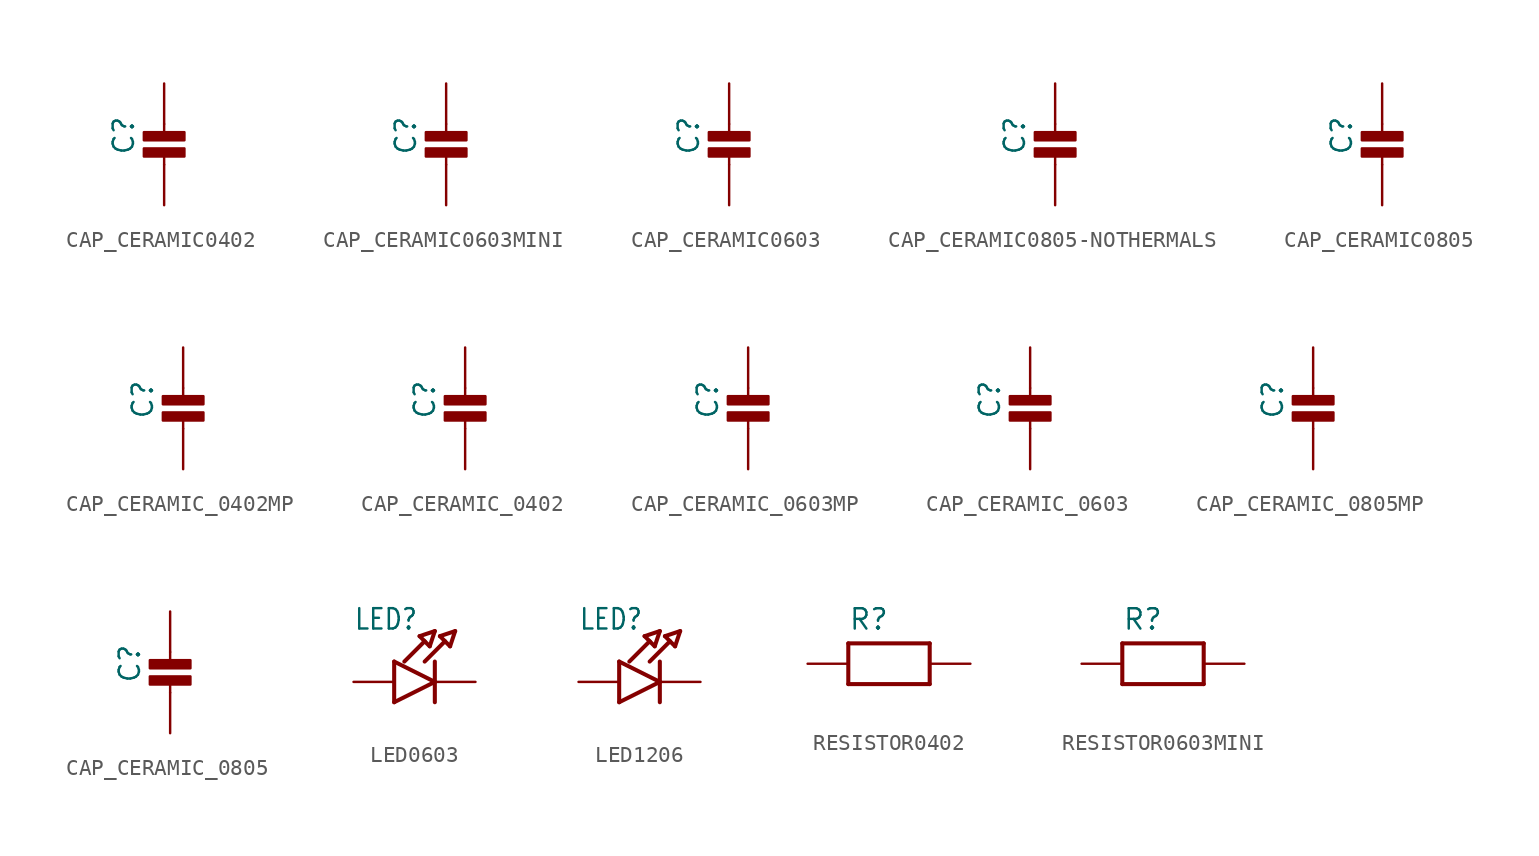
<source format=kicad_sym>
(kicad_symbol_lib
  (version 20220914)
  (generator kicad_symbol_editor)
  (symbol "CAP_CERAMIC0402"
    (property "Reference" "C"
      (at -1.79 0.54 90)
      (effects (font (size 1.27 1.27)) (justify left bottom)))
    (property "Value" ""
      (at 3 0.54 90)
      (effects (font (size 1.27 1.27)) (justify left bottom)))
    (property "ki_locked" ""
      (at 0 0 0)
      (effects (font (size 1.27 1.27))))
    (symbol "CAP_CERAMIC0402_1_0"
      (rectangle (start -1.27 0.508) (end 1.27 1.016) (stroke (width 0) (type default)) (fill (type outline)))
      (rectangle (start -1.27 1.524) (end 1.27 2.032) (stroke (width 0) (type default)) (fill (type outline)))
      (polyline (pts (xy 0 0.762) (xy 0 0)) (stroke (width 0.152) (type solid)) (fill (type none)))
      (polyline (pts (xy 0 2.54) (xy 0 1.778)) (stroke (width 0.152) (type solid)) (fill (type none)))
      (pin passive line (at 0 5.08 270) (length 2.54) (name "P$1" (effects (font (size 0 0)))) (number "1" (effects (font (size 0 0)))))
      (pin passive line (at 0 -2.54 90) (length 2.54) (name "P$2" (effects (font (size 0 0)))) (number "2" (effects (font (size 0 0)))))))
  (symbol "CAP_CERAMIC0603MINI"
    (property "Reference" "C"
      (at -1.79 0.54 90)
      (effects (font (size 1.27 1.27)) (justify left bottom)))
    (property "Value" ""
      (at 3 0.54 90)
      (effects (font (size 1.27 1.27)) (justify left bottom)))
    (property "ki_locked" ""
      (at 0 0 0)
      (effects (font (size 1.27 1.27))))
    (symbol "CAP_CERAMIC0603MINI_1_0"
      (rectangle (start -1.27 0.508) (end 1.27 1.016) (stroke (width 0) (type default)) (fill (type outline)))
      (rectangle (start -1.27 1.524) (end 1.27 2.032) (stroke (width 0) (type default)) (fill (type outline)))
      (polyline (pts (xy 0 0.762) (xy 0 0)) (stroke (width 0.152) (type solid)) (fill (type none)))
      (polyline (pts (xy 0 2.54) (xy 0 1.778)) (stroke (width 0.152) (type solid)) (fill (type none)))
      (pin passive line (at 0 5.08 270) (length 2.54) (name "P$1" (effects (font (size 0 0)))) (number "1" (effects (font (size 0 0)))))
      (pin passive line (at 0 -2.54 90) (length 2.54) (name "P$2" (effects (font (size 0 0)))) (number "2" (effects (font (size 0 0)))))))
  (symbol "CAP_CERAMIC0603"
    (property "Reference" "C"
      (at -1.79 0.54 90)
      (effects (font (size 1.27 1.27)) (justify left bottom)))
    (property "Value" ""
      (at 3 0.54 90)
      (effects (font (size 1.27 1.27)) (justify left bottom)))
    (property "ki_locked" ""
      (at 0 0 0)
      (effects (font (size 1.27 1.27))))
    (symbol "CAP_CERAMIC0603_1_0"
      (rectangle (start -1.27 0.508) (end 1.27 1.016) (stroke (width 0) (type default)) (fill (type outline)))
      (rectangle (start -1.27 1.524) (end 1.27 2.032) (stroke (width 0) (type default)) (fill (type outline)))
      (polyline (pts (xy 0 0.762) (xy 0 0)) (stroke (width 0.152) (type solid)) (fill (type none)))
      (polyline (pts (xy 0 2.54) (xy 0 1.778)) (stroke (width 0.152) (type solid)) (fill (type none)))
      (pin passive line (at 0 5.08 270) (length 2.54) (name "P$1" (effects (font (size 0 0)))) (number "1" (effects (font (size 0 0)))))
      (pin passive line (at 0 -2.54 90) (length 2.54) (name "P$2" (effects (font (size 0 0)))) (number "2" (effects (font (size 0 0)))))))
  (symbol "CAP_CERAMIC0805-NOTHERMALS"
    (property "Reference" "C"
      (at -1.79 0.54 90)
      (effects (font (size 1.27 1.27)) (justify left bottom)))
    (property "Value" ""
      (at 3 0.54 90)
      (effects (font (size 1.27 1.27)) (justify left bottom)))
    (property "ki_locked" ""
      (at 0 0 0)
      (effects (font (size 1.27 1.27))))
    (symbol "CAP_CERAMIC0805-NOTHERMALS_1_0"
      (rectangle (start -1.27 0.508) (end 1.27 1.016) (stroke (width 0) (type default)) (fill (type outline)))
      (rectangle (start -1.27 1.524) (end 1.27 2.032) (stroke (width 0) (type default)) (fill (type outline)))
      (polyline (pts (xy 0 0.762) (xy 0 0)) (stroke (width 0.152) (type solid)) (fill (type none)))
      (polyline (pts (xy 0 2.54) (xy 0 1.778)) (stroke (width 0.152) (type solid)) (fill (type none)))
      (pin passive line (at 0 5.08 270) (length 2.54) (name "P$1" (effects (font (size 0 0)))) (number "1" (effects (font (size 0 0)))))
      (pin passive line (at 0 -2.54 90) (length 2.54) (name "P$2" (effects (font (size 0 0)))) (number "2" (effects (font (size 0 0)))))))
  (symbol "CAP_CERAMIC0805"
    (property "Reference" "C"
      (at -1.79 0.54 90)
      (effects (font (size 1.27 1.27)) (justify left bottom)))
    (property "Value" ""
      (at 3 0.54 90)
      (effects (font (size 1.27 1.27)) (justify left bottom)))
    (property "ki_locked" ""
      (at 0 0 0)
      (effects (font (size 1.27 1.27))))
    (symbol "CAP_CERAMIC0805_1_0"
      (rectangle (start -1.27 0.508) (end 1.27 1.016) (stroke (width 0) (type default)) (fill (type outline)))
      (rectangle (start -1.27 1.524) (end 1.27 2.032) (stroke (width 0) (type default)) (fill (type outline)))
      (polyline (pts (xy 0 0.762) (xy 0 0)) (stroke (width 0.152) (type solid)) (fill (type none)))
      (polyline (pts (xy 0 2.54) (xy 0 1.778)) (stroke (width 0.152) (type solid)) (fill (type none)))
      (pin passive line (at 0 5.08 270) (length 2.54) (name "P$1" (effects (font (size 0 0)))) (number "1" (effects (font (size 0 0)))))
      (pin passive line (at 0 -2.54 90) (length 2.54) (name "P$2" (effects (font (size 0 0)))) (number "2" (effects (font (size 0 0)))))))
  (symbol "CAP_CERAMIC_0402MP"
    (property "Reference" "C"
      (at -1.79 0.54 90)
      (effects (font (size 1.27 1.27)) (justify left bottom)))
    (property "Value" ""
      (at 3 0.54 90)
      (effects (font (size 1.27 1.27)) (justify left bottom)))
    (property "ki_locked" ""
      (at 0 0 0)
      (effects (font (size 1.27 1.27))))
    (symbol "CAP_CERAMIC_0402MP_1_0"
      (rectangle (start -1.27 0.508) (end 1.27 1.016) (stroke (width 0) (type default)) (fill (type outline)))
      (rectangle (start -1.27 1.524) (end 1.27 2.032) (stroke (width 0) (type default)) (fill (type outline)))
      (polyline (pts (xy 0 0.762) (xy 0 0)) (stroke (width 0.152) (type solid)) (fill (type none)))
      (polyline (pts (xy 0 2.54) (xy 0 1.778)) (stroke (width 0.152) (type solid)) (fill (type none)))
      (pin passive line (at 0 5.08 270) (length 2.54) (name "P$1" (effects (font (size 0 0)))) (number "1" (effects (font (size 0 0)))))
      (pin passive line (at 0 -2.54 90) (length 2.54) (name "P$2" (effects (font (size 0 0)))) (number "2" (effects (font (size 0 0)))))))
  (symbol "CAP_CERAMIC_0402"
    (property "Reference" "C"
      (at -1.79 0.54 90)
      (effects (font (size 1.27 1.27)) (justify left bottom)))
    (property "Value" ""
      (at 3 0.54 90)
      (effects (font (size 1.27 1.27)) (justify left bottom)))
    (property "ki_locked" ""
      (at 0 0 0)
      (effects (font (size 1.27 1.27))))
    (symbol "CAP_CERAMIC_0402_1_0"
      (rectangle (start -1.27 0.508) (end 1.27 1.016) (stroke (width 0) (type default)) (fill (type outline)))
      (rectangle (start -1.27 1.524) (end 1.27 2.032) (stroke (width 0) (type default)) (fill (type outline)))
      (polyline (pts (xy 0 0.762) (xy 0 0)) (stroke (width 0.152) (type solid)) (fill (type none)))
      (polyline (pts (xy 0 2.54) (xy 0 1.778)) (stroke (width 0.152) (type solid)) (fill (type none)))
      (pin passive line (at 0 5.08 270) (length 2.54) (name "P$1" (effects (font (size 0 0)))) (number "1" (effects (font (size 0 0)))))
      (pin passive line (at 0 -2.54 90) (length 2.54) (name "P$2" (effects (font (size 0 0)))) (number "2" (effects (font (size 0 0)))))))
  (symbol "CAP_CERAMIC_0603MP"
    (property "Reference" "C"
      (at -1.79 0.54 90)
      (effects (font (size 1.27 1.27)) (justify left bottom)))
    (property "Value" ""
      (at 3 0.54 90)
      (effects (font (size 1.27 1.27)) (justify left bottom)))
    (property "ki_locked" ""
      (at 0 0 0)
      (effects (font (size 1.27 1.27))))
    (symbol "CAP_CERAMIC_0603MP_1_0"
      (rectangle (start -1.27 0.508) (end 1.27 1.016) (stroke (width 0) (type default)) (fill (type outline)))
      (rectangle (start -1.27 1.524) (end 1.27 2.032) (stroke (width 0) (type default)) (fill (type outline)))
      (polyline (pts (xy 0 0.762) (xy 0 0)) (stroke (width 0.152) (type solid)) (fill (type none)))
      (polyline (pts (xy 0 2.54) (xy 0 1.778)) (stroke (width 0.152) (type solid)) (fill (type none)))
      (pin passive line (at 0 5.08 270) (length 2.54) (name "P$1" (effects (font (size 0 0)))) (number "1" (effects (font (size 0 0)))))
      (pin passive line (at 0 -2.54 90) (length 2.54) (name "P$2" (effects (font (size 0 0)))) (number "2" (effects (font (size 0 0)))))))
  (symbol "CAP_CERAMIC_0603"
    (property "Reference" "C"
      (at -1.79 0.54 90)
      (effects (font (size 1.27 1.27)) (justify left bottom)))
    (property "Value" ""
      (at 3 0.54 90)
      (effects (font (size 1.27 1.27)) (justify left bottom)))
    (property "ki_locked" ""
      (at 0 0 0)
      (effects (font (size 1.27 1.27))))
    (symbol "CAP_CERAMIC_0603_1_0"
      (rectangle (start -1.27 0.508) (end 1.27 1.016) (stroke (width 0) (type default)) (fill (type outline)))
      (rectangle (start -1.27 1.524) (end 1.27 2.032) (stroke (width 0) (type default)) (fill (type outline)))
      (polyline (pts (xy 0 0.762) (xy 0 0)) (stroke (width 0.152) (type solid)) (fill (type none)))
      (polyline (pts (xy 0 2.54) (xy 0 1.778)) (stroke (width 0.152) (type solid)) (fill (type none)))
      (pin passive line (at 0 5.08 270) (length 2.54) (name "P$1" (effects (font (size 0 0)))) (number "1" (effects (font (size 0 0)))))
      (pin passive line (at 0 -2.54 90) (length 2.54) (name "P$2" (effects (font (size 0 0)))) (number "2" (effects (font (size 0 0)))))))
  (symbol "CAP_CERAMIC_0805MP"
    (property "Reference" "C"
      (at -1.79 0.54 90)
      (effects (font (size 1.27 1.27)) (justify left bottom)))
    (property "Value" ""
      (at 3 0.54 90)
      (effects (font (size 1.27 1.27)) (justify left bottom)))
    (property "ki_locked" ""
      (at 0 0 0)
      (effects (font (size 1.27 1.27))))
    (symbol "CAP_CERAMIC_0805MP_1_0"
      (rectangle (start -1.27 0.508) (end 1.27 1.016) (stroke (width 0) (type default)) (fill (type outline)))
      (rectangle (start -1.27 1.524) (end 1.27 2.032) (stroke (width 0) (type default)) (fill (type outline)))
      (polyline (pts (xy 0 0.762) (xy 0 0)) (stroke (width 0.152) (type solid)) (fill (type none)))
      (polyline (pts (xy 0 2.54) (xy 0 1.778)) (stroke (width 0.152) (type solid)) (fill (type none)))
      (pin passive line (at 0 5.08 270) (length 2.54) (name "P$1" (effects (font (size 0 0)))) (number "1" (effects (font (size 0 0)))))
      (pin passive line (at 0 -2.54 90) (length 2.54) (name "P$2" (effects (font (size 0 0)))) (number "2" (effects (font (size 0 0)))))))
  (symbol "CAP_CERAMIC_0805"
    (property "Reference" "C"
      (at -1.79 0.54 90)
      (effects (font (size 1.27 1.27)) (justify left bottom)))
    (property "Value" ""
      (at 3 0.54 90)
      (effects (font (size 1.27 1.27)) (justify left bottom)))
    (property "ki_locked" ""
      (at 0 0 0)
      (effects (font (size 1.27 1.27))))
    (symbol "CAP_CERAMIC_0805_1_0"
      (rectangle (start -1.27 0.508) (end 1.27 1.016) (stroke (width 0) (type default)) (fill (type outline)))
      (rectangle (start -1.27 1.524) (end 1.27 2.032) (stroke (width 0) (type default)) (fill (type outline)))
      (polyline (pts (xy 0 0.762) (xy 0 0)) (stroke (width 0.152) (type solid)) (fill (type none)))
      (polyline (pts (xy 0 2.54) (xy 0 1.778)) (stroke (width 0.152) (type solid)) (fill (type none)))
      (pin passive line (at 0 5.08 270) (length 2.54) (name "P$1" (effects (font (size 0 0)))) (number "1" (effects (font (size 0 0)))))
      (pin passive line (at 0 -2.54 90) (length 2.54) (name "P$2" (effects (font (size 0 0)))) (number "2" (effects (font (size 0 0)))))))
  (symbol "LED0603"
    (property "Reference" "LED"
      (at -5.08 3.175 0)
      (effects (font (size 1.27 1.079)) (justify left bottom)))
    (property "Value" ""
      (at -5.08 -2.794 0)
      (effects (font (size 1.27 1.079)) (justify left bottom)))
    (property "ki_locked" ""
      (at 0 0 0)
      (effects (font (size 1.27 1.27))))
    (symbol "LED0603_1_0"
      (polyline (pts (xy -2.54 -1.27) (xy 0 0)) (stroke (width 0.254) (type solid)) (fill (type none)))
      (polyline (pts (xy -2.54 1.27) (xy -2.54 -1.27)) (stroke (width 0.254) (type solid)) (fill (type none)))
      (polyline (pts (xy -1.905 1.27) (xy -0.635 2.54)) (stroke (width 0.254) (type solid)) (fill (type none)))
      (polyline (pts (xy -0.953 2.857) (xy -0.318 2.223)) (stroke (width 0.254) (type solid)) (fill (type none)))
      (polyline (pts (xy -0.635 1.27) (xy 0.635 2.54)) (stroke (width 0.254) (type solid)) (fill (type none)))
      (polyline (pts (xy -0.318 2.223) (xy 0 3.175)) (stroke (width 0.254) (type solid)) (fill (type none)))
      (polyline (pts (xy 0 0) (xy -2.54 1.27)) (stroke (width 0.254) (type solid)) (fill (type none)))
      (polyline (pts (xy 0 0) (xy 0 -1.27)) (stroke (width 0.254) (type solid)) (fill (type none)))
      (polyline (pts (xy 0 1.27) (xy 0 0)) (stroke (width 0.254) (type solid)) (fill (type none)))
      (polyline (pts (xy 0 3.175) (xy -0.953 2.857)) (stroke (width 0.254) (type solid)) (fill (type none)))
      (polyline (pts (xy 0.318 2.857) (xy 0.953 2.223)) (stroke (width 0.254) (type solid)) (fill (type none)))
      (polyline (pts (xy 0.953 2.223) (xy 1.27 3.175)) (stroke (width 0.254) (type solid)) (fill (type none)))
      (polyline (pts (xy 1.27 3.175) (xy 0.318 2.857)) (stroke (width 0.254) (type solid)) (fill (type none)))
      (pin passive line (at -5.08 0 0) (length 2.54) (name "A" (effects (font (size 0 0)))) (number "A" (effects (font (size 0 0)))))
      (pin passive line (at 2.54 0 180) (length 2.54) (name "C" (effects (font (size 0 0)))) (number "C" (effects (font (size 0 0)))))))
  (symbol "LED1206"
    (property "Reference" "LED"
      (at -5.08 3.175 0)
      (effects (font (size 1.27 1.079)) (justify left bottom)))
    (property "Value" ""
      (at -5.08 -2.794 0)
      (effects (font (size 1.27 1.079)) (justify left bottom)))
    (property "ki_locked" ""
      (at 0 0 0)
      (effects (font (size 1.27 1.27))))
    (symbol "LED1206_1_0"
      (polyline (pts (xy -2.54 -1.27) (xy 0 0)) (stroke (width 0.254) (type solid)) (fill (type none)))
      (polyline (pts (xy -2.54 1.27) (xy -2.54 -1.27)) (stroke (width 0.254) (type solid)) (fill (type none)))
      (polyline (pts (xy -1.905 1.27) (xy -0.635 2.54)) (stroke (width 0.254) (type solid)) (fill (type none)))
      (polyline (pts (xy -0.953 2.857) (xy -0.318 2.223)) (stroke (width 0.254) (type solid)) (fill (type none)))
      (polyline (pts (xy -0.635 1.27) (xy 0.635 2.54)) (stroke (width 0.254) (type solid)) (fill (type none)))
      (polyline (pts (xy -0.318 2.223) (xy 0 3.175)) (stroke (width 0.254) (type solid)) (fill (type none)))
      (polyline (pts (xy 0 0) (xy -2.54 1.27)) (stroke (width 0.254) (type solid)) (fill (type none)))
      (polyline (pts (xy 0 0) (xy 0 -1.27)) (stroke (width 0.254) (type solid)) (fill (type none)))
      (polyline (pts (xy 0 1.27) (xy 0 0)) (stroke (width 0.254) (type solid)) (fill (type none)))
      (polyline (pts (xy 0 3.175) (xy -0.953 2.857)) (stroke (width 0.254) (type solid)) (fill (type none)))
      (polyline (pts (xy 0.318 2.857) (xy 0.953 2.223)) (stroke (width 0.254) (type solid)) (fill (type none)))
      (polyline (pts (xy 0.953 2.223) (xy 1.27 3.175)) (stroke (width 0.254) (type solid)) (fill (type none)))
      (polyline (pts (xy 1.27 3.175) (xy 0.318 2.857)) (stroke (width 0.254) (type solid)) (fill (type none)))
      (pin passive line (at -5.08 0 0) (length 2.54) (name "A" (effects (font (size 0 0)))) (number "A" (effects (font (size 0 0)))))
      (pin passive line (at 2.54 0 180) (length 2.54) (name "C" (effects (font (size 0 0)))) (number "C" (effects (font (size 0 0)))))))
  (symbol "RESISTOR0402"
    (property "Reference" "R"
      (at -2.54 2.032 0)
      (effects (font (size 1.27 1.27)) (justify left bottom)))
    (property "Value" ""
      (at -2.54 -3.175 0)
      (effects (font (size 1.27 1.27)) (justify left bottom)))
    (property "ki_locked" ""
      (at 0 0 0)
      (effects (font (size 1.27 1.27))))
    (symbol "RESISTOR0402_1_0"
      (polyline (pts (xy -2.54 -1.27) (xy -2.54 1.27)) (stroke (width 0.254) (type solid)) (fill (type none)))
      (polyline (pts (xy -2.54 1.27) (xy 2.54 1.27)) (stroke (width 0.254) (type solid)) (fill (type none)))
      (polyline (pts (xy 2.54 -1.27) (xy -2.54 -1.27)) (stroke (width 0.254) (type solid)) (fill (type none)))
      (polyline (pts (xy 2.54 1.27) (xy 2.54 -1.27)) (stroke (width 0.254) (type solid)) (fill (type none)))
      (pin passive line (at -5.08 0 0) (length 2.54) (name "1" (effects (font (size 0 0)))) (number "1" (effects (font (size 0 0)))))
      (pin passive line (at 5.08 0 180) (length 2.54) (name "2" (effects (font (size 0 0)))) (number "2" (effects (font (size 0 0)))))))
  (symbol "RESISTOR0603MINI"
    (property "Reference" "R"
      (at -2.54 2.032 0)
      (effects (font (size 1.27 1.27)) (justify left bottom)))
    (property "Value" ""
      (at -2.54 -3.175 0)
      (effects (font (size 1.27 1.27)) (justify left bottom)))
    (property "ki_locked" ""
      (at 0 0 0)
      (effects (font (size 1.27 1.27))))
    (symbol "RESISTOR0603MINI_1_0"
      (polyline (pts (xy -2.54 -1.27) (xy -2.54 1.27)) (stroke (width 0.254) (type solid)) (fill (type none)))
      (polyline (pts (xy -2.54 1.27) (xy 2.54 1.27)) (stroke (width 0.254) (type solid)) (fill (type none)))
      (polyline (pts (xy 2.54 -1.27) (xy -2.54 -1.27)) (stroke (width 0.254) (type solid)) (fill (type none)))
      (polyline (pts (xy 2.54 1.27) (xy 2.54 -1.27)) (stroke (width 0.254) (type solid)) (fill (type none)))
      (pin passive line (at -5.08 0 0) (length 2.54) (name "1" (effects (font (size 0 0)))) (number "1" (effects (font (size 0 0)))))
      (pin passive line (at 5.08 0 180) (length 2.54) (name "2" (effects (font (size 0 0)))) (number "2" (effects (font (size 0 0))))))))
</source>
